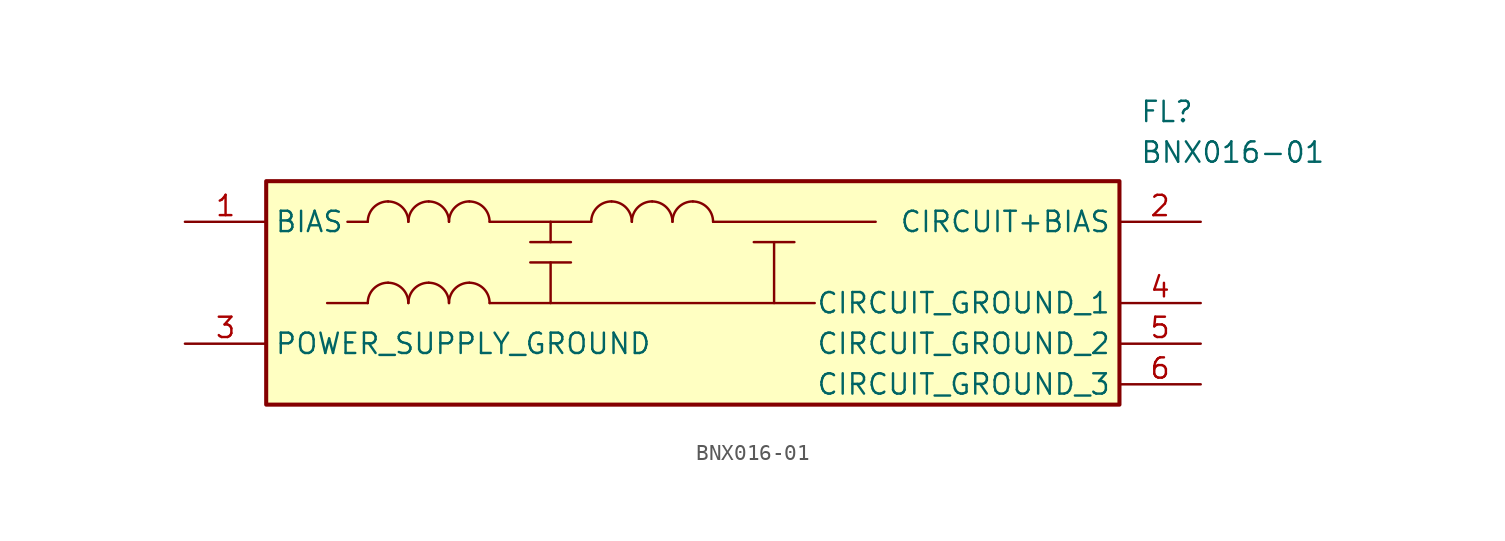
<source format=kicad_sym>
(kicad_symbol_lib
  (version 20220914)
  (generator kicad_symbol_editor)
  (symbol "BNX016-01"
    (property "Reference" "FL"
      (at 59.69 7.62 0)
      (effects (font (size 1.27 1.27)) (justify left top)))
    (property "Value" "BNX016-01"
      (at 59.69 5.08 0)
      (effects (font (size 1.27 1.27)) (justify left top)))
    (symbol "BNX016-01_0_1"
      (polyline (pts (xy 11.43 -5.08) (xy 8.89 -5.08)) (stroke (width 0) (type default)) (fill (type none)))
      (polyline (pts (xy 11.43 0) (xy 10.16 0)) (stroke (width 0) (type default)) (fill (type none)))
      (polyline (pts (xy 19.05 -5.08) (xy 39.37 -5.08)) (stroke (width 0) (type default)) (fill (type none)))
      (polyline (pts (xy 19.05 0) (xy 25.4 0)) (stroke (width 0) (type default)) (fill (type none)))
      (polyline (pts (xy 21.59 -2.54) (xy 24.13 -2.54)) (stroke (width 0) (type default)) (fill (type none)))
      (polyline (pts (xy 21.59 -1.27) (xy 24.13 -1.27)) (stroke (width 0) (type default)) (fill (type none)))
      (polyline (pts (xy 22.86 -2.54) (xy 22.86 -5.08)) (stroke (width 0) (type default)) (fill (type none)))
      (polyline (pts (xy 22.86 0) (xy 22.86 -1.27)) (stroke (width 0) (type default)) (fill (type none)))
      (polyline (pts (xy 33.02 0) (xy 43.18 0)) (stroke (width 0) (type default)) (fill (type none)))
      (polyline (pts (xy 35.56 -1.27) (xy 38.1 -1.27)) (stroke (width 0) (type default)) (fill (type none)))
      (polyline (pts (xy 36.83 -1.27) (xy 36.83 -5.08)) (stroke (width 0) (type default)) (fill (type none)))
      (arc (start 12.7 -3.81) (mid 11.802 -4.182) (end 11.43 -5.08) (stroke (width 0) (type default)) (fill (type none)))
      (arc (start 12.7 1.27) (mid 11.802 0.898) (end 11.43 0) (stroke (width 0) (type default)) (fill (type none)))
      (arc (start 13.97 -5.08) (mid 13.598 -4.182) (end 12.7 -3.81) (stroke (width 0) (type default)) (fill (type none)))
      (arc (start 13.97 0) (mid 13.598 0.898) (end 12.7 1.27) (stroke (width 0) (type default)) (fill (type none)))
      (arc (start 15.24 -3.81) (mid 14.342 -4.182) (end 13.97 -5.08) (stroke (width 0) (type default)) (fill (type none)))
      (arc (start 15.24 1.27) (mid 14.342 0.898) (end 13.97 0) (stroke (width 0) (type default)) (fill (type none)))
      (arc (start 16.51 -5.08) (mid 16.138 -4.182) (end 15.24 -3.81) (stroke (width 0) (type default)) (fill (type none)))
      (arc (start 16.51 0) (mid 16.138 0.898) (end 15.24 1.27) (stroke (width 0) (type default)) (fill (type none)))
      (arc (start 17.78 -3.81) (mid 16.882 -4.182) (end 16.51 -5.08) (stroke (width 0) (type default)) (fill (type none)))
      (arc (start 17.78 1.27) (mid 16.882 0.898) (end 16.51 0) (stroke (width 0) (type default)) (fill (type none)))
      (arc (start 19.05 -5.08) (mid 18.678 -4.182) (end 17.78 -3.81) (stroke (width 0) (type default)) (fill (type none)))
      (arc (start 19.05 0) (mid 18.678 0.898) (end 17.78 1.27) (stroke (width 0) (type default)) (fill (type none)))
      (arc (start 26.67 1.27) (mid 25.772 0.898) (end 25.4 0) (stroke (width 0) (type default)) (fill (type none)))
      (arc (start 27.94 0) (mid 27.568 0.898) (end 26.67 1.27) (stroke (width 0) (type default)) (fill (type none)))
      (arc (start 29.21 1.27) (mid 28.312 0.898) (end 27.94 0) (stroke (width 0) (type default)) (fill (type none)))
      (arc (start 30.48 0) (mid 30.108 0.898) (end 29.21 1.27) (stroke (width 0) (type default)) (fill (type none)))
      (arc (start 31.75 1.27) (mid 30.852 0.898) (end 30.48 0) (stroke (width 0) (type default)) (fill (type none)))
      (arc (start 33.02 0) (mid 32.648 0.898) (end 31.75 1.27) (stroke (width 0) (type default)) (fill (type none))))
    (symbol "BNX016-01_1_1"
      (rectangle (start 5.08 2.54) (end 58.42 -11.43) (stroke (width 0.254) (type default)) (fill (type background)))
      (pin passive line (at 0 0 0) (length 5.08) (name "BIAS" (effects (font (size 1.27 1.27)))) (number "1" (effects (font (size 1.27 1.27)))))
      (pin passive line (at 63.5 0 180) (length 5.08) (name "CIRCUIT+BIAS" (effects (font (size 1.27 1.27)))) (number "2" (effects (font (size 1.27 1.27)))))
      (pin passive line (at 0 -7.62 0) (length 5.08) (name "POWER_SUPPLY_GROUND" (effects (font (size 1.27 1.27)))) (number "3" (effects (font (size 1.27 1.27)))))
      (pin passive line (at 63.5 -5.08 180) (length 5.08) (name "CIRCUIT_GROUND_1" (effects (font (size 1.27 1.27)))) (number "4" (effects (font (size 1.27 1.27)))))
      (pin passive line (at 63.5 -7.62 180) (length 5.08) (name "CIRCUIT_GROUND_2" (effects (font (size 1.27 1.27)))) (number "5" (effects (font (size 1.27 1.27)))))
      (pin passive line (at 63.5 -10.16 180) (length 5.08) (name "CIRCUIT_GROUND_3" (effects (font (size 1.27 1.27)))) (number "6" (effects (font (size 1.27 1.27))))))))
</source>
